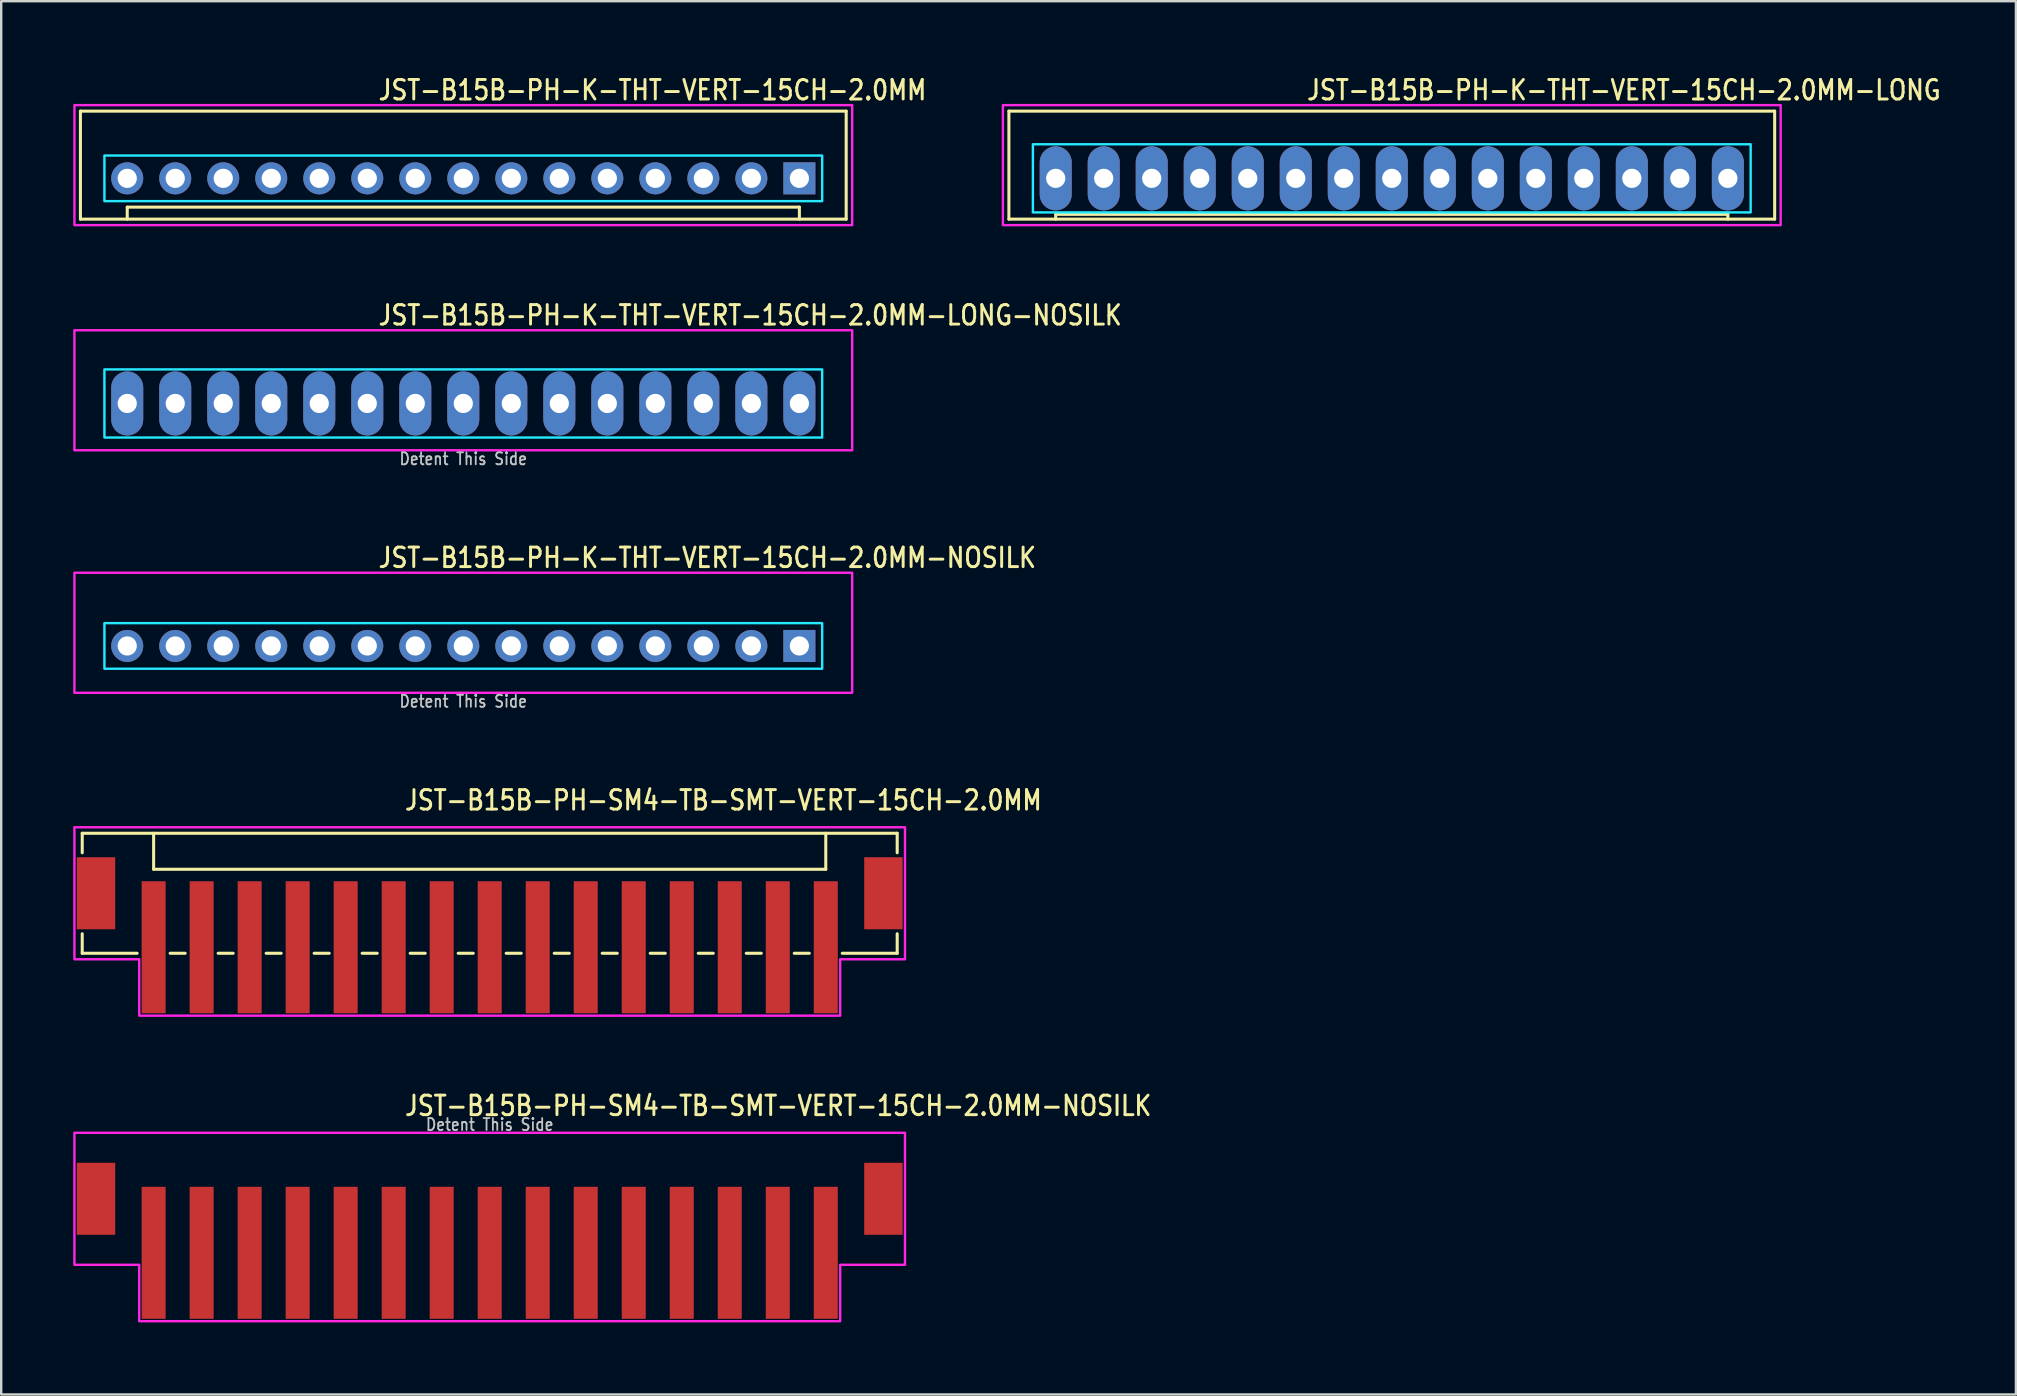
<source format=kicad_pcb>
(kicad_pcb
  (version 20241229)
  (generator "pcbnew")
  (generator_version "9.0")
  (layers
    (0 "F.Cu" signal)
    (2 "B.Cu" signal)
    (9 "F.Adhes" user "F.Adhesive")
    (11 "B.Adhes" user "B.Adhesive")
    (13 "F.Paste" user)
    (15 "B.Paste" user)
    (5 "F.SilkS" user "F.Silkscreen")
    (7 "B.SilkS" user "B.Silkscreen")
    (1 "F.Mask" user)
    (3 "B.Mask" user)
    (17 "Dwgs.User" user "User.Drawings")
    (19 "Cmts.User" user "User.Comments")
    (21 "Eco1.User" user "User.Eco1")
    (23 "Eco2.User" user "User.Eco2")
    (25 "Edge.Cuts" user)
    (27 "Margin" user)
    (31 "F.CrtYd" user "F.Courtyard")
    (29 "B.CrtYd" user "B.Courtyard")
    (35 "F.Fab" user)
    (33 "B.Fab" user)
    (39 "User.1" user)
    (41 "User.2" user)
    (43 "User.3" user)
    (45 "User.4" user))
  (footprint "JST-B15B-PH-SM4-TB-SMT-VERT-15CH-2.0MM"
    (layer "F.Cu")
    (at 17.35 34.161)
    (property "Reference" "JST-B15B-PH-SM4-TB-SMT-VERT-15CH-2.0MM" (at -3.6 -3.4 0) (unlocked yes) (layer "F.SilkS") (effects (font (size 0.813 0.695) (thickness 0.122)) (justify left bottom)))
    (fp_line (start -16.975 -2.5) (end -16.975 -1.687) (stroke (width 0.127) (type solid)) (layer "F.SilkS"))
    (fp_line (start -16.975 -2.5) (end 16.975 -2.5) (stroke (width 0.127) (type solid)) (layer "F.SilkS"))
    (fp_line (start -16.975 2.5) (end -16.975 1.687) (stroke (width 0.127) (type solid)) (layer "F.SilkS"))
    (fp_line (start -16.975 2.5) (end -14.687 2.5) (stroke (width 0.127) (type solid)) (layer "F.SilkS"))
    (fp_line (start -14 -2.5) (end -14 -1) (stroke (width 0.127) (type solid)) (layer "F.SilkS"))
    (fp_line (start -14 -1) (end 14 -1) (stroke (width 0.127) (type solid)) (layer "F.SilkS"))
    (fp_line (start -13.313 2.5) (end -12.687 2.5) (stroke (width 0.127) (type solid)) (layer "F.SilkS"))
    (fp_line (start -11.313 2.5) (end -10.687 2.5) (stroke (width 0.127) (type solid)) (layer "F.SilkS"))
    (fp_line (start -9.313 2.5) (end -8.687 2.5) (stroke (width 0.127) (type solid)) (layer "F.SilkS"))
    (fp_line (start -7.314 2.5) (end -6.686 2.5) (stroke (width 0.127) (type solid)) (layer "F.SilkS"))
    (fp_line (start -5.314 2.5) (end -4.686 2.5) (stroke (width 0.127) (type solid)) (layer "F.SilkS"))
    (fp_line (start -3.313 2.5) (end -2.687 2.5) (stroke (width 0.127) (type solid)) (layer "F.SilkS"))
    (fp_line (start -1.313 2.5) (end -0.686 2.5) (stroke (width 0.127) (type solid)) (layer "F.SilkS"))
    (fp_line (start 0.686 2.5) (end 1.313 2.5) (stroke (width 0.127) (type solid)) (layer "F.SilkS"))
    (fp_line (start 2.687 2.5) (end 3.313 2.5) (stroke (width 0.127) (type solid)) (layer "F.SilkS"))
    (fp_line (start 4.686 2.5) (end 5.314 2.5) (stroke (width 0.127) (type solid)) (layer "F.SilkS"))
    (fp_line (start 6.686 2.5) (end 7.314 2.5) (stroke (width 0.127) (type solid)) (layer "F.SilkS"))
    (fp_line (start 8.687 2.5) (end 9.313 2.5) (stroke (width 0.127) (type solid)) (layer "F.SilkS"))
    (fp_line (start 10.687 2.5) (end 11.313 2.5) (stroke (width 0.127) (type solid)) (layer "F.SilkS"))
    (fp_line (start 12.687 2.5) (end 13.313 2.5) (stroke (width 0.127) (type solid)) (layer "F.SilkS"))
    (fp_line (start 14 -1) (end 14 -2.5) (stroke (width 0.127) (type solid)) (layer "F.SilkS"))
    (fp_line (start 14.687 2.5) (end 16.975 2.5) (stroke (width 0.127) (type solid)) (layer "F.SilkS"))
    (fp_line (start 16.975 -1.687) (end 16.975 -2.5) (stroke (width 0.127) (type solid)) (layer "F.SilkS"))
    (fp_line (start 16.975 1.687) (end 16.975 2.5) (stroke (width 0.127) (type solid)) (layer "F.SilkS"))
    (fp_poly (pts (xy -17.3 -2.75) (xy -17.3 2.75) (xy -14.6 2.75) (xy -14.6 5.1) (xy 14.6 5.1) (xy 14.6 2.75) (xy 17.3 2.75) (xy 17.3 -2.75)) (stroke (width 0.1) (type solid)) (fill no) (layer "F.CrtYd"))
    (pad "1" smd rect (at -14 2.25) (size 1 5.5) (layers "F.Cu" "F.Mask" "F.Paste"))
    (pad "2" smd rect (at -12 2.25) (size 1 5.5) (layers "F.Cu" "F.Mask" "F.Paste"))
    (pad "3" smd rect (at -10 2.25) (size 1 5.5) (layers "F.Cu" "F.Mask" "F.Paste"))
    (pad "4" smd rect (at -8 2.25) (size 1 5.5) (layers "F.Cu" "F.Mask" "F.Paste"))
    (pad "5" smd rect (at -6 2.25) (size 1 5.5) (layers "F.Cu" "F.Mask" "F.Paste"))
    (pad "6" smd rect (at -4 2.25) (size 1 5.5) (layers "F.Cu" "F.Mask" "F.Paste"))
    (pad "7" smd rect (at -2 2.25) (size 1 5.5) (layers "F.Cu" "F.Mask" "F.Paste"))
    (pad "8" smd rect (at 0 2.25) (size 1 5.5) (layers "F.Cu" "F.Mask" "F.Paste"))
    (pad "9" smd rect (at 2 2.25) (size 1 5.5) (layers "F.Cu" "F.Mask" "F.Paste"))
    (pad "10" smd rect (at 4 2.25) (size 1 5.5) (layers "F.Cu" "F.Mask" "F.Paste"))
    (pad "11" smd rect (at 6 2.25) (size 1 5.5) (layers "F.Cu" "F.Mask" "F.Paste"))
    (pad "12" smd rect (at 8 2.25) (size 1 5.5) (layers "F.Cu" "F.Mask" "F.Paste"))
    (pad "13" smd rect (at 10 2.25) (size 1 5.5) (layers "F.Cu" "F.Mask" "F.Paste"))
    (pad "14" smd rect (at 12 2.25) (size 1 5.5) (layers "F.Cu" "F.Mask" "F.Paste"))
    (pad "15" smd rect (at 14 2.25) (size 1 5.5) (layers "F.Cu" "F.Mask" "F.Paste"))
    (pad "S_1" smd rect (at -16.4 0) (size 1.6 3) (layers "F.Cu" "F.Mask" "F.Paste"))
    (pad "S_2" smd rect (at 16.4 0) (size 1.6 3) (layers "F.Cu" "F.Mask" "F.Paste")))
  (footprint "JST-B15B-PH-K-THT-VERT-15CH-2.0MM"
    (layer "F.Cu")
    (at 16.25 4.379)
    (property "Reference" "JST-B15B-PH-K-THT-VERT-15CH-2.0MM" (at -3.6 -3.2 0) (unlocked yes) (layer "F.SilkS") (effects (font (size 0.813 0.695) (thickness 0.122)) (justify left bottom)))
    (fp_line (start -15.95 -2.8) (end -15.95 1.7) (stroke (width 0.127) (type solid)) (layer "F.SilkS"))
    (fp_line (start -15.95 -2.8) (end 15.95 -2.8) (stroke (width 0.127) (type solid)) (layer "F.SilkS"))
    (fp_line (start -15.95 1.7) (end 15.95 1.7) (stroke (width 0.127) (type solid)) (layer "F.SilkS"))
    (fp_line (start -14 1.7) (end -14 1.2) (stroke (width 0.127) (type solid)) (layer "F.SilkS"))
    (fp_line (start 14 1.2) (end -14 1.2) (stroke (width 0.127) (type solid)) (layer "F.SilkS"))
    (fp_line (start 14 1.7) (end 14 1.2) (stroke (width 0.127) (type solid)) (layer "F.SilkS"))
    (fp_line (start 15.95 1.7) (end 15.95 -2.8) (stroke (width 0.127) (type solid)) (layer "F.SilkS"))
    (fp_poly (pts (xy -14.95 -0.95) (xy -14.95 0.95) (xy 14.95 0.95) (xy 14.95 -0.95)) (stroke (width 0.1) (type solid)) (fill no) (layer "B.CrtYd"))
    (fp_poly (pts (xy -16.2 1.95) (xy -16.2 -3.05) (xy 16.2 -3.05) (xy 16.2 1.95)) (stroke (width 0.1) (type solid)) (fill no) (layer "F.CrtYd"))
    (pad "1" thru_hole rect (at 14 0) (size 1.333 1.333) (drill 0.8) (layers "*.Cu" "*.Mask"))
    (pad "2" thru_hole oval (at 12 0) (size 1.333 1.333) (drill 0.8) (layers "*.Cu" "*.Mask"))
    (pad "3" thru_hole oval (at 10 0) (size 1.333 1.333) (drill 0.8) (layers "*.Cu" "*.Mask"))
    (pad "4" thru_hole oval (at 8 0) (size 1.333 1.333) (drill 0.8) (layers "*.Cu" "*.Mask"))
    (pad "5" thru_hole oval (at 6 0) (size 1.333 1.333) (drill 0.8) (layers "*.Cu" "*.Mask"))
    (pad "6" thru_hole oval (at 4 0) (size 1.333 1.333) (drill 0.8) (layers "*.Cu" "*.Mask"))
    (pad "7" thru_hole oval (at 2 0) (size 1.333 1.333) (drill 0.8) (layers "*.Cu" "*.Mask"))
    (pad "8" thru_hole oval (at 0 0) (size 1.333 1.333) (drill 0.8) (layers "*.Cu" "*.Mask"))
    (pad "9" thru_hole oval (at -2 0) (size 1.333 1.333) (drill 0.8) (layers "*.Cu" "*.Mask"))
    (pad "10" thru_hole oval (at -4 0) (size 1.333 1.333) (drill 0.8) (layers "*.Cu" "*.Mask"))
    (pad "11" thru_hole oval (at -6 0) (size 1.333 1.333) (drill 0.8) (layers "*.Cu" "*.Mask"))
    (pad "12" thru_hole oval (at -8 0) (size 1.333 1.333) (drill 0.8) (layers "*.Cu" "*.Mask"))
    (pad "13" thru_hole oval (at -10 0) (size 1.333 1.333) (drill 0.8) (layers "*.Cu" "*.Mask"))
    (pad "14" thru_hole oval (at -12 0) (size 1.333 1.333) (drill 0.8) (layers "*.Cu" "*.Mask"))
    (pad "15" thru_hole oval (at -14 0) (size 1.333 1.333) (drill 0.8) (layers "*.Cu" "*.Mask")))
  (footprint "JST-B15B-PH-SM4-TB-SMT-VERT-15CH-2.0MM-NOSILK"
    (layer "F.Cu")
    (at 17.35 46.889)
    (property "Reference" "JST-B15B-PH-SM4-TB-SMT-VERT-15CH-2.0MM-NOSILK" (at -3.6 -3.4 0) (unlocked yes) (layer "F.SilkS") (effects (font (size 0.813 0.695) (thickness 0.122)) (justify left bottom)))
    (fp_poly (pts (xy -17.3 -2.75) (xy -17.3 2.75) (xy -14.6 2.75) (xy -14.6 5.1) (xy 14.6 5.1) (xy 14.6 2.75) (xy 17.3 2.75) (xy 17.3 -2.75)) (stroke (width 0.1) (type solid)) (fill no) (layer "F.CrtYd"))
    (fp_text user "Detent This Side" (at 0 -2.8 0) (unlocked yes) (layer "Dwgs.User") (effects (font (size 0.5 0.427) (thickness 0.075)) (justify bottom)))
    (pad "1" smd rect (at -14 2.25) (size 1 5.5) (layers "F.Cu" "F.Mask" "F.Paste"))
    (pad "2" smd rect (at -12 2.25) (size 1 5.5) (layers "F.Cu" "F.Mask" "F.Paste"))
    (pad "3" smd rect (at -10 2.25) (size 1 5.5) (layers "F.Cu" "F.Mask" "F.Paste"))
    (pad "4" smd rect (at -8 2.25) (size 1 5.5) (layers "F.Cu" "F.Mask" "F.Paste"))
    (pad "5" smd rect (at -6 2.25) (size 1 5.5) (layers "F.Cu" "F.Mask" "F.Paste"))
    (pad "6" smd rect (at -4 2.25) (size 1 5.5) (layers "F.Cu" "F.Mask" "F.Paste"))
    (pad "7" smd rect (at -2 2.25) (size 1 5.5) (layers "F.Cu" "F.Mask" "F.Paste"))
    (pad "8" smd rect (at 0 2.25) (size 1 5.5) (layers "F.Cu" "F.Mask" "F.Paste"))
    (pad "9" smd rect (at 2 2.25) (size 1 5.5) (layers "F.Cu" "F.Mask" "F.Paste"))
    (pad "10" smd rect (at 4 2.25) (size 1 5.5) (layers "F.Cu" "F.Mask" "F.Paste"))
    (pad "11" smd rect (at 6 2.25) (size 1 5.5) (layers "F.Cu" "F.Mask" "F.Paste"))
    (pad "12" smd rect (at 8 2.25) (size 1 5.5) (layers "F.Cu" "F.Mask" "F.Paste"))
    (pad "13" smd rect (at 10 2.25) (size 1 5.5) (layers "F.Cu" "F.Mask" "F.Paste"))
    (pad "14" smd rect (at 12 2.25) (size 1 5.5) (layers "F.Cu" "F.Mask" "F.Paste"))
    (pad "15" smd rect (at 14 2.25) (size 1 5.5) (layers "F.Cu" "F.Mask" "F.Paste"))
    (pad "S_1" smd rect (at -16.4 0) (size 1.6 3) (layers "F.Cu" "F.Mask" "F.Paste"))
    (pad "S_2" smd rect (at 16.4 0) (size 1.6 3) (layers "F.Cu" "F.Mask" "F.Paste")))
  (footprint "JST-B15B-PH-K-THT-VERT-15CH-2.0MM-LONG-NOSILK"
    (layer "F.Cu")
    (at 16.25 13.757)
    (property "Reference" "JST-B15B-PH-K-THT-VERT-15CH-2.0MM-LONG-NOSILK" (at -3.6 -3.2 0) (unlocked yes) (layer "F.SilkS") (effects (font (size 0.813 0.695) (thickness 0.122)) (justify left bottom)))
    (fp_poly (pts (xy -14.95 -1.42) (xy -14.95 1.42) (xy 14.95 1.42) (xy 14.95 -1.42)) (stroke (width 0.1) (type solid)) (fill no) (layer "B.CrtYd"))
    (fp_poly (pts (xy -16.2 1.95) (xy -16.2 -3.05) (xy 16.2 -3.05) (xy 16.2 1.95)) (stroke (width 0.1) (type solid)) (fill no) (layer "F.CrtYd"))
    (fp_text user "Detent This Side" (at 0 2.6 0) (unlocked yes) (layer "Dwgs.User") (effects (font (size 0.5 0.427) (thickness 0.075)) (justify bottom)))
    (pad "1" thru_hole oval (at 14 0 90) (size 2.667 1.333) (drill 0.8) (layers "*.Cu" "*.Mask"))
    (pad "2" thru_hole oval (at 12 0 90) (size 2.667 1.333) (drill 0.8) (layers "*.Cu" "*.Mask"))
    (pad "3" thru_hole oval (at 10 0 90) (size 2.667 1.333) (drill 0.8) (layers "*.Cu" "*.Mask"))
    (pad "4" thru_hole oval (at 8 0 90) (size 2.667 1.333) (drill 0.8) (layers "*.Cu" "*.Mask"))
    (pad "5" thru_hole oval (at 6 0 90) (size 2.667 1.333) (drill 0.8) (layers "*.Cu" "*.Mask"))
    (pad "6" thru_hole oval (at 4 0 90) (size 2.667 1.333) (drill 0.8) (layers "*.Cu" "*.Mask"))
    (pad "7" thru_hole oval (at 2 0 90) (size 2.667 1.333) (drill 0.8) (layers "*.Cu" "*.Mask"))
    (pad "8" thru_hole oval (at 0 0 90) (size 2.667 1.333) (drill 0.8) (layers "*.Cu" "*.Mask"))
    (pad "9" thru_hole oval (at -2 0 90) (size 2.667 1.333) (drill 0.8) (layers "*.Cu" "*.Mask"))
    (pad "10" thru_hole oval (at -4 0 90) (size 2.667 1.333) (drill 0.8) (layers "*.Cu" "*.Mask"))
    (pad "11" thru_hole oval (at -6 0 90) (size 2.667 1.333) (drill 0.8) (layers "*.Cu" "*.Mask"))
    (pad "12" thru_hole oval (at -8 0 90) (size 2.667 1.333) (drill 0.8) (layers "*.Cu" "*.Mask"))
    (pad "13" thru_hole oval (at -10 0 90) (size 2.667 1.333) (drill 0.8) (layers "*.Cu" "*.Mask"))
    (pad "14" thru_hole oval (at -12 0 90) (size 2.667 1.333) (drill 0.8) (layers "*.Cu" "*.Mask"))
    (pad "15" thru_hole oval (at -14 0 90) (size 2.667 1.333) (drill 0.8) (layers "*.Cu" "*.Mask")))
  (footprint "JST-B15B-PH-K-THT-VERT-15CH-2.0MM-LONG"
    (layer "F.Cu")
    (at 54.928 4.379)
    (property "Reference" "JST-B15B-PH-K-THT-VERT-15CH-2.0MM-LONG" (at -3.6 -3.2 0) (unlocked yes) (layer "F.SilkS") (effects (font (size 0.813 0.695) (thickness 0.122)) (justify left bottom)))
    (fp_line (start -15.95 -2.8) (end -15.95 1.7) (stroke (width 0.127) (type solid)) (layer "F.SilkS"))
    (fp_line (start -15.95 -2.8) (end 15.95 -2.8) (stroke (width 0.127) (type solid)) (layer "F.SilkS"))
    (fp_line (start -15.95 1.7) (end 15.95 1.7) (stroke (width 0.127) (type solid)) (layer "F.SilkS"))
    (fp_line (start -14 1.7) (end -14 1.5) (stroke (width 0.127) (type solid)) (layer "F.SilkS"))
    (fp_line (start 14 1.5) (end -14 1.5) (stroke (width 0.127) (type solid)) (layer "F.SilkS"))
    (fp_line (start 14 1.7) (end 14 1.5) (stroke (width 0.127) (type solid)) (layer "F.SilkS"))
    (fp_line (start 15.95 1.7) (end 15.95 -2.8) (stroke (width 0.127) (type solid)) (layer "F.SilkS"))
    (fp_poly (pts (xy -14.95 -1.42) (xy -14.95 1.42) (xy 14.95 1.42) (xy 14.95 -1.42)) (stroke (width 0.1) (type solid)) (fill no) (layer "B.CrtYd"))
    (fp_poly (pts (xy -16.2 1.95) (xy -16.2 -3.05) (xy 16.2 -3.05) (xy 16.2 1.95)) (stroke (width 0.1) (type solid)) (fill no) (layer "F.CrtYd"))
    (pad "1" thru_hole oval (at 14 0 90) (size 2.667 1.333) (drill 0.8) (layers "*.Cu" "*.Mask"))
    (pad "2" thru_hole oval (at 12 0 90) (size 2.667 1.333) (drill 0.8) (layers "*.Cu" "*.Mask"))
    (pad "3" thru_hole oval (at 10 0 90) (size 2.667 1.333) (drill 0.8) (layers "*.Cu" "*.Mask"))
    (pad "4" thru_hole oval (at 8 0 90) (size 2.667 1.333) (drill 0.8) (layers "*.Cu" "*.Mask"))
    (pad "5" thru_hole oval (at 6 0 90) (size 2.667 1.333) (drill 0.8) (layers "*.Cu" "*.Mask"))
    (pad "6" thru_hole oval (at 4 0 90) (size 2.667 1.333) (drill 0.8) (layers "*.Cu" "*.Mask"))
    (pad "7" thru_hole oval (at 2 0 90) (size 2.667 1.333) (drill 0.8) (layers "*.Cu" "*.Mask"))
    (pad "8" thru_hole oval (at 0 0 90) (size 2.667 1.333) (drill 0.8) (layers "*.Cu" "*.Mask"))
    (pad "9" thru_hole oval (at -2 0 90) (size 2.667 1.333) (drill 0.8) (layers "*.Cu" "*.Mask"))
    (pad "10" thru_hole oval (at -4 0 90) (size 2.667 1.333) (drill 0.8) (layers "*.Cu" "*.Mask"))
    (pad "11" thru_hole oval (at -6 0 90) (size 2.667 1.333) (drill 0.8) (layers "*.Cu" "*.Mask"))
    (pad "12" thru_hole oval (at -8 0 90) (size 2.667 1.333) (drill 0.8) (layers "*.Cu" "*.Mask"))
    (pad "13" thru_hole oval (at -10 0 90) (size 2.667 1.333) (drill 0.8) (layers "*.Cu" "*.Mask"))
    (pad "14" thru_hole oval (at -12 0 90) (size 2.667 1.333) (drill 0.8) (layers "*.Cu" "*.Mask"))
    (pad "15" thru_hole oval (at -14 0 90) (size 2.667 1.333) (drill 0.8) (layers "*.Cu" "*.Mask")))
  (footprint "JST-B15B-PH-K-THT-VERT-15CH-2.0MM-NOSILK"
    (layer "F.Cu")
    (at 16.25 23.859)
    (property "Reference" "JST-B15B-PH-K-THT-VERT-15CH-2.0MM-NOSILK" (at -3.6 -3.2 0) (unlocked yes) (layer "F.SilkS") (effects (font (size 0.813 0.695) (thickness 0.122)) (justify left bottom)))
    (fp_poly (pts (xy -14.95 -0.95) (xy -14.95 0.95) (xy 14.95 0.95) (xy 14.95 -0.95)) (stroke (width 0.1) (type solid)) (fill no) (layer "B.CrtYd"))
    (fp_poly (pts (xy -16.2 1.95) (xy -16.2 -3.05) (xy 16.2 -3.05) (xy 16.2 1.95)) (stroke (width 0.1) (type solid)) (fill no) (layer "F.CrtYd"))
    (fp_text user "Detent This Side" (at 0 2.6 0) (unlocked yes) (layer "Dwgs.User") (effects (font (size 0.5 0.427) (thickness 0.075)) (justify bottom)))
    (pad "1" thru_hole rect (at 14 0) (size 1.333 1.333) (drill 0.8) (layers "*.Cu" "*.Mask"))
    (pad "2" thru_hole oval (at 12 0) (size 1.333 1.333) (drill 0.8) (layers "*.Cu" "*.Mask"))
    (pad "3" thru_hole oval (at 10 0) (size 1.333 1.333) (drill 0.8) (layers "*.Cu" "*.Mask"))
    (pad "4" thru_hole oval (at 8 0) (size 1.333 1.333) (drill 0.8) (layers "*.Cu" "*.Mask"))
    (pad "5" thru_hole oval (at 6 0) (size 1.333 1.333) (drill 0.8) (layers "*.Cu" "*.Mask"))
    (pad "6" thru_hole oval (at 4 0) (size 1.333 1.333) (drill 0.8) (layers "*.Cu" "*.Mask"))
    (pad "7" thru_hole oval (at 2 0) (size 1.333 1.333) (drill 0.8) (layers "*.Cu" "*.Mask"))
    (pad "8" thru_hole oval (at 0 0) (size 1.333 1.333) (drill 0.8) (layers "*.Cu" "*.Mask"))
    (pad "9" thru_hole oval (at -2 0) (size 1.333 1.333) (drill 0.8) (layers "*.Cu" "*.Mask"))
    (pad "10" thru_hole oval (at -4 0) (size 1.333 1.333) (drill 0.8) (layers "*.Cu" "*.Mask"))
    (pad "11" thru_hole oval (at -6 0) (size 1.333 1.333) (drill 0.8) (layers "*.Cu" "*.Mask"))
    (pad "12" thru_hole oval (at -8 0) (size 1.333 1.333) (drill 0.8) (layers "*.Cu" "*.Mask"))
    (pad "13" thru_hole oval (at -10 0) (size 1.333 1.333) (drill 0.8) (layers "*.Cu" "*.Mask"))
    (pad "14" thru_hole oval (at -12 0) (size 1.333 1.333) (drill 0.8) (layers "*.Cu" "*.Mask"))
    (pad "15" thru_hole oval (at -14 0) (size 1.333 1.333) (drill 0.8) (layers "*.Cu" "*.Mask")))
  (gr_rect
    (start -3 -3)
    (end 80.929 55.039)
    (stroke (width 0.1) (type default))
    (fill no)
    (layer "Edge.Cuts")))
</source>
